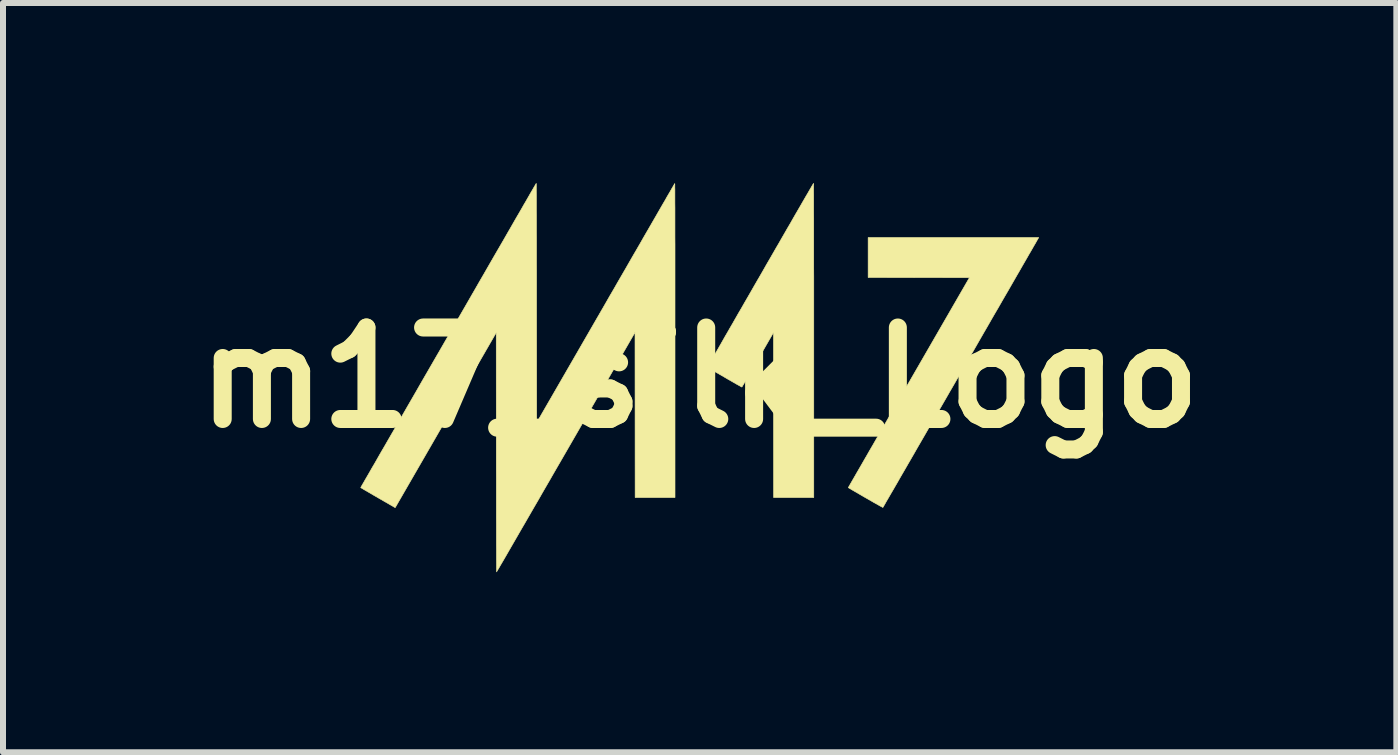
<source format=kicad_pcb>
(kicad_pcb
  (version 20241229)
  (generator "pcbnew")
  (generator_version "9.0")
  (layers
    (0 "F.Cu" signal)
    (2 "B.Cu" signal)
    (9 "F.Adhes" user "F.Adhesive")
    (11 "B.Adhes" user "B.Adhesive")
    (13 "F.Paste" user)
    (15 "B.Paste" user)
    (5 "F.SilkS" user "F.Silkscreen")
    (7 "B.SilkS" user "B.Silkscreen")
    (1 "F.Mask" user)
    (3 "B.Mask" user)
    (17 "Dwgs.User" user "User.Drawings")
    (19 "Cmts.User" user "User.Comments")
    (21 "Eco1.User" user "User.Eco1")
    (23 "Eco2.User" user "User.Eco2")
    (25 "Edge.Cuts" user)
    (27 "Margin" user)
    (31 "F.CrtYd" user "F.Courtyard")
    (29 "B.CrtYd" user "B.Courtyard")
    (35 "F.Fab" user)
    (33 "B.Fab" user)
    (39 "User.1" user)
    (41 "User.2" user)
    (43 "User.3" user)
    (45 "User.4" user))
  (footprint "m17_silk_Logo"
    (layer "F.Cu")
    (at 8.607 3.241)
    (property "Reference" "m17_silk_Logo" (at 0 0 0) (layer "F.SilkS") (effects (font (size 1.524 1.524) (thickness 0.3))))
    (attr through_hole)
    (fp_poly (pts (xy 5.642 -2.323) (xy 5.64 -2.318) (xy 5.633 -2.307) (xy 5.622 -2.288) (xy 5.608 -2.263) (xy 5.59 -2.231) (xy 5.568 -2.194) (xy 5.543 -2.15) (xy 5.515 -2.101) (xy 5.483 -2.047) (xy 5.449 -1.987) (xy 5.412 -1.923) (xy 5.372 -1.854) (xy 5.33 -1.78) (xy 5.285 -1.703) (xy 5.238 -1.621) (xy 5.189 -1.536) (xy 5.138 -1.447) (xy 5.085 -1.356) (xy 5.03 -1.261) (xy 4.974 -1.163) (xy 4.916 -1.064) (xy 4.857 -0.962) (xy 4.797 -0.857) (xy 4.736 -0.752) (xy 4.674 -0.644) (xy 4.612 -0.536) (xy 4.549 -0.426) (xy 4.485 -0.316) (xy 4.421 -0.205) (xy 4.357 -0.094) (xy 4.293 0.017) (xy 4.229 0.128) (xy 4.165 0.238) (xy 4.102 0.348) (xy 4.039 0.457) (xy 3.977 0.564) (xy 3.915 0.67) (xy 3.855 0.775) (xy 3.796 0.877) (xy 3.738 0.978) (xy 3.681 1.076) (xy 3.626 1.171) (xy 3.573 1.264) (xy 3.521 1.354) (xy 3.471 1.44) (xy 3.424 1.522) (xy 3.378 1.601) (xy 3.335 1.675) (xy 3.295 1.746) (xy 3.257 1.811) (xy 3.222 1.872) (xy 3.189 1.928) (xy 3.16 1.978) (xy 3.134 2.023) (xy 3.111 2.062) (xy 3.092 2.096) (xy 3.077 2.122) (xy 3.065 2.143) (xy 3.057 2.156) (xy 3.053 2.163) (xy 3.053 2.164) (xy 3.049 2.162) (xy 3.038 2.156) (xy 3.021 2.147) (xy 2.998 2.135) (xy 2.971 2.119) (xy 2.939 2.101) (xy 2.902 2.081) (xy 2.863 2.058) (xy 2.821 2.034) (xy 2.776 2.008) (xy 2.763 2.001) (xy 2.718 1.975) (xy 2.675 1.95) (xy 2.635 1.926) (xy 2.598 1.905) (xy 2.565 1.886) (xy 2.536 1.869) (xy 2.513 1.855) (xy 2.494 1.844) (xy 2.482 1.837) (xy 2.477 1.833) (xy 2.477 1.833) (xy 2.479 1.829) (xy 2.485 1.818) (xy 2.495 1.801) (xy 2.509 1.776) (xy 2.527 1.745) (xy 2.548 1.708) (xy 2.573 1.665) (xy 2.601 1.616) (xy 2.632 1.562) (xy 2.667 1.502) (xy 2.704 1.438) (xy 2.744 1.368) (xy 2.787 1.294) (xy 2.832 1.215) (xy 2.88 1.133) (xy 2.93 1.046) (xy 2.982 0.955) (xy 3.036 0.861) (xy 3.092 0.764) (xy 3.15 0.664) (xy 3.21 0.561) (xy 3.271 0.455) (xy 3.333 0.347) (xy 3.397 0.236) (xy 3.461 0.124) (xy 3.486 0.082) (xy 4.495 -1.666) (xy 3.651 -1.667) (xy 2.807 -1.668) (xy 2.807 -2.333) (xy 5.648 -2.333) (xy 5.642 -2.323)) (stroke (width 0.01) (type solid)) (fill yes) (layer "F.SilkS"))
    (fp_poly (pts (xy 1.897 -3.232) (xy 1.897 -3.22) (xy 1.898 -3.199) (xy 1.898 -3.171) (xy 1.898 -3.134) (xy 1.898 -3.089) (xy 1.899 -3.036) (xy 1.899 -2.976) (xy 1.899 -2.908) (xy 1.899 -2.832) (xy 1.899 -2.749) (xy 1.9 -2.658) (xy 1.9 -2.56) (xy 1.9 -2.455) (xy 1.9 -2.343) (xy 1.9 -2.224) (xy 1.9 -2.098) (xy 1.9 -1.965) (xy 1.9 -1.826) (xy 1.901 -1.679) (xy 1.901 -1.527) (xy 1.901 -1.368) (xy 1.901 -1.202) (xy 1.901 -1.031) (xy 1.901 -0.853) (xy 1.901 -0.669) (xy 1.901 1.998) (xy 1.232 1.998) (xy 1.231 0.624) (xy 1.23 -0.751) (xy 0.968 -0.297) (xy 0.935 -0.24) (xy 0.903 -0.185) (xy 0.873 -0.132) (xy 0.844 -0.083) (xy 0.817 -0.037) (xy 0.793 0.006) (xy 0.771 0.044) (xy 0.751 0.077) (xy 0.735 0.106) (xy 0.721 0.128) (xy 0.711 0.145) (xy 0.705 0.155) (xy 0.703 0.158) (xy 0.699 0.156) (xy 0.689 0.151) (xy 0.672 0.141) (xy 0.649 0.128) (xy 0.621 0.113) (xy 0.589 0.094) (xy 0.553 0.074) (xy 0.514 0.051) (xy 0.471 0.027) (xy 0.427 0.001) (xy 0.417 -0.005) (xy 0.372 -0.031) (xy 0.329 -0.056) (xy 0.289 -0.079) (xy 0.252 -0.1) (xy 0.219 -0.119) (xy 0.19 -0.136) (xy 0.166 -0.15) (xy 0.148 -0.16) (xy 0.136 -0.167) (xy 0.13 -0.17) (xy 0.13 -0.17) (xy 0.132 -0.174) (xy 0.138 -0.185) (xy 0.148 -0.202) (xy 0.161 -0.226) (xy 0.178 -0.256) (xy 0.199 -0.292) (xy 0.223 -0.334) (xy 0.249 -0.381) (xy 0.279 -0.432) (xy 0.312 -0.489) (xy 0.347 -0.55) (xy 0.384 -0.615) (xy 0.423 -0.684) (xy 0.465 -0.756) (xy 0.508 -0.831) (xy 0.554 -0.91) (xy 0.6 -0.991) (xy 0.648 -1.075) (xy 0.698 -1.16) (xy 0.748 -1.248) (xy 0.799 -1.336) (xy 0.851 -1.426) (xy 0.903 -1.517) (xy 0.956 -1.609) (xy 1.009 -1.7) (xy 1.062 -1.792) (xy 1.114 -1.884) (xy 1.167 -1.975) (xy 1.219 -2.065) (xy 1.27 -2.154) (xy 1.321 -2.241) (xy 1.37 -2.327) (xy 1.418 -2.41) (xy 1.465 -2.492) (xy 1.511 -2.57) (xy 1.554 -2.646) (xy 1.596 -2.719) (xy 1.636 -2.788) (xy 1.674 -2.853) (xy 1.709 -2.914) (xy 1.742 -2.971) (xy 1.772 -3.023) (xy 1.8 -3.07) (xy 1.824 -3.112) (xy 1.845 -3.148) (xy 1.863 -3.179) (xy 1.877 -3.203) (xy 1.888 -3.221) (xy 1.894 -3.232) (xy 1.897 -3.236) (xy 1.897 -3.232)) (stroke (width 0.01) (type solid)) (fill yes) (layer "F.SilkS"))
    (fp_poly (pts (xy -2.723 -3.232) (xy -2.722 -3.22) (xy -2.722 -3.2) (xy -2.722 -3.172) (xy -2.722 -3.137) (xy -2.722 -3.095) (xy -2.721 -3.046) (xy -2.721 -2.99) (xy -2.721 -2.927) (xy -2.721 -2.859) (xy -2.721 -2.785) (xy -2.72 -2.705) (xy -2.72 -2.62) (xy -2.72 -2.53) (xy -2.72 -2.434) (xy -2.719 -2.335) (xy -2.719 -2.231) (xy -2.719 -2.123) (xy -2.719 -2.011) (xy -2.719 -1.896) (xy -2.718 -1.777) (xy -2.718 -1.655) (xy -2.718 -1.531) (xy -2.718 -1.404) (xy -2.718 -1.275) (xy -2.718 -1.244) (xy -2.716 0.752) (xy -1.567 -1.238) (xy -1.498 -1.359) (xy -1.429 -1.477) (xy -1.362 -1.594) (xy -1.296 -1.708) (xy -1.231 -1.82) (xy -1.168 -1.93) (xy -1.107 -2.036) (xy -1.047 -2.139) (xy -0.989 -2.239) (xy -0.934 -2.336) (xy -0.88 -2.429) (xy -0.829 -2.517) (xy -0.78 -2.602) (xy -0.733 -2.683) (xy -0.69 -2.758) (xy -0.649 -2.829) (xy -0.611 -2.895) (xy -0.575 -2.956) (xy -0.544 -3.012) (xy -0.515 -3.061) (xy -0.489 -3.105) (xy -0.468 -3.143) (xy -0.449 -3.175) (xy -0.435 -3.2) (xy -0.424 -3.218) (xy -0.417 -3.23) (xy -0.415 -3.234) (xy -0.415 -3.234) (xy -0.415 -3.231) (xy -0.414 -3.218) (xy -0.414 -3.198) (xy -0.414 -3.169) (xy -0.413 -3.133) (xy -0.413 -3.088) (xy -0.413 -3.035) (xy -0.413 -2.975) (xy -0.413 -2.906) (xy -0.412 -2.83) (xy -0.412 -2.747) (xy -0.412 -2.656) (xy -0.412 -2.557) (xy -0.412 -2.451) (xy -0.412 -2.338) (xy -0.411 -2.218) (xy -0.411 -2.091) (xy -0.411 -1.957) (xy -0.411 -1.816) (xy -0.411 -1.668) (xy -0.411 -1.514) (xy -0.411 -1.352) (xy -0.411 -1.185) (xy -0.411 -1.011) (xy -0.411 -0.83) (xy -0.411 -0.644) (xy -0.411 -0.621) (xy -0.411 1.998) (xy -1.075 1.998) (xy -1.076 0.622) (xy -1.077 -0.754) (xy -2.228 1.24) (xy -2.298 1.361) (xy -2.367 1.48) (xy -2.434 1.596) (xy -2.5 1.711) (xy -2.565 1.823) (xy -2.628 1.932) (xy -2.689 2.039) (xy -2.749 2.142) (xy -2.807 2.242) (xy -2.863 2.339) (xy -2.916 2.431) (xy -2.968 2.52) (xy -3.017 2.605) (xy -3.063 2.685) (xy -3.107 2.761) (xy -3.148 2.832) (xy -3.186 2.898) (xy -3.221 2.959) (xy -3.253 3.014) (xy -3.282 3.064) (xy -3.308 3.108) (xy -3.33 3.146) (xy -3.348 3.177) (xy -3.363 3.202) (xy -3.374 3.221) (xy -3.38 3.232) (xy -3.383 3.237) (xy -3.383 3.237) (xy -3.383 3.233) (xy -3.384 3.22) (xy -3.384 3.2) (xy -3.384 3.172) (xy -3.384 3.137) (xy -3.384 3.095) (xy -3.385 3.045) (xy -3.385 2.989) (xy -3.385 2.927) (xy -3.385 2.858) (xy -3.386 2.784) (xy -3.386 2.704) (xy -3.386 2.619) (xy -3.386 2.528) (xy -3.386 2.433) (xy -3.387 2.333) (xy -3.387 2.229) (xy -3.387 2.121) (xy -3.387 2.009) (xy -3.387 1.894) (xy -3.387 1.775) (xy -3.387 1.654) (xy -3.388 1.529) (xy -3.388 1.403) (xy -3.388 1.274) (xy -3.388 1.244) (xy -3.389 -0.75) (xy -5.073 2.167) (xy -5.09 2.157) (xy -5.097 2.153) (xy -5.11 2.145) (xy -5.129 2.134) (xy -5.154 2.12) (xy -5.183 2.103) (xy -5.217 2.083) (xy -5.255 2.062) (xy -5.295 2.038) (xy -5.338 2.014) (xy -5.377 1.991) (xy -5.421 1.966) (xy -5.463 1.941) (xy -5.501 1.919) (xy -5.537 1.898) (xy -5.568 1.88) (xy -5.596 1.864) (xy -5.617 1.851) (xy -5.634 1.841) (xy -5.644 1.835) (xy -5.647 1.833) (xy -5.645 1.829) (xy -5.639 1.818) (xy -5.629 1.8) (xy -5.615 1.776) (xy -5.597 1.745) (xy -5.576 1.708) (xy -5.551 1.665) (xy -5.523 1.617) (xy -5.492 1.563) (xy -5.458 1.503) (xy -5.42 1.439) (xy -5.38 1.369) (xy -5.338 1.295) (xy -5.293 1.217) (xy -5.245 1.135) (xy -5.195 1.048) (xy -5.143 0.958) (xy -5.089 0.865) (xy -5.034 0.768) (xy -4.976 0.668) (xy -4.917 0.566) (xy -4.856 0.46) (xy -4.794 0.353) (xy -4.731 0.244) (xy -4.667 0.132) (xy -4.602 0.019) (xy -4.536 -0.095) (xy -4.469 -0.211) (xy -4.402 -0.327) (xy -4.334 -0.444) (xy -4.266 -0.562) (xy -4.198 -0.68) (xy -4.13 -0.798) (xy -4.062 -0.916) (xy -3.994 -1.034) (xy -3.927 -1.15) (xy -3.86 -1.266) (xy -3.794 -1.381) (xy -3.728 -1.495) (xy -3.664 -1.607) (xy -3.6 -1.717) (xy -3.538 -1.825) (xy -3.477 -1.931) (xy -3.417 -2.035) (xy -3.359 -2.135) (xy -3.302 -2.233) (xy -3.247 -2.328) (xy -3.195 -2.419) (xy -3.144 -2.507) (xy -3.096 -2.591) (xy -3.05 -2.671) (xy -3.006 -2.746) (xy -2.965 -2.817) (xy -2.927 -2.884) (xy -2.891 -2.945) (xy -2.859 -3.001) (xy -2.83 -3.052) (xy -2.804 -3.097) (xy -2.781 -3.136) (xy -2.762 -3.169) (xy -2.746 -3.196) (xy -2.735 -3.216) (xy -2.727 -3.229) (xy -2.723 -3.236) (xy -2.723 -3.236) (xy -2.723 -3.232)) (stroke (width 0.01) (type solid)) (fill yes) (layer "F.SilkS")))
  (gr_rect
    (start -3 -3)
    (end 20.214 9.483)
    (stroke (width 0.1) (type default))
    (fill no)
    (layer "Edge.Cuts")))
</source>
